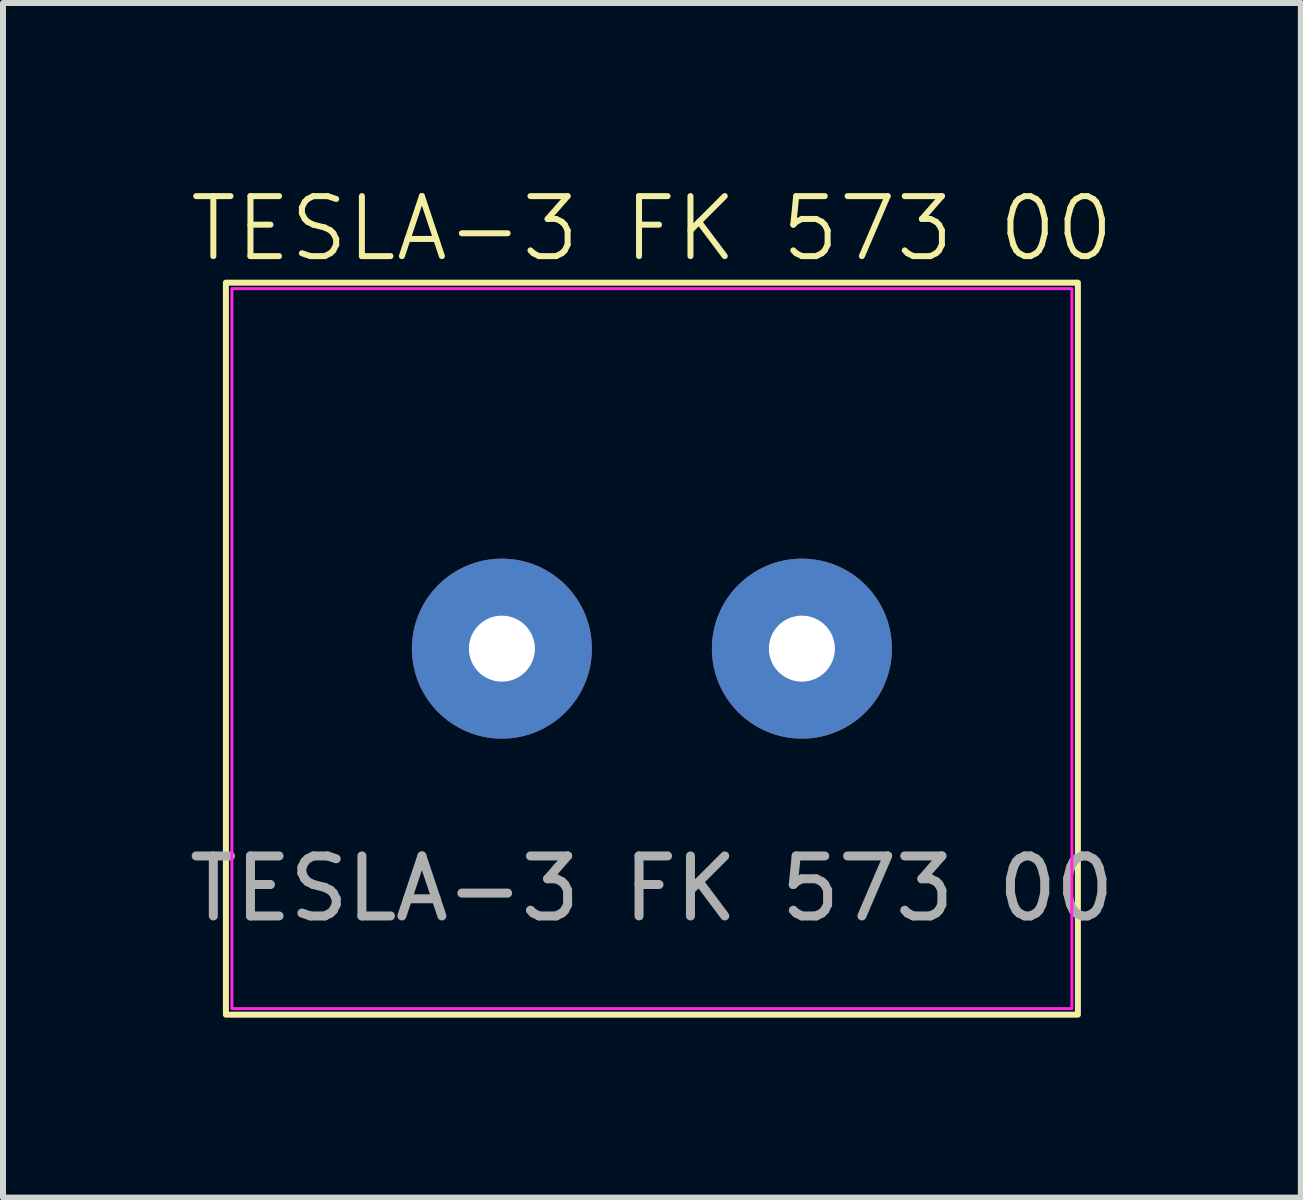
<source format=kicad_pcb>
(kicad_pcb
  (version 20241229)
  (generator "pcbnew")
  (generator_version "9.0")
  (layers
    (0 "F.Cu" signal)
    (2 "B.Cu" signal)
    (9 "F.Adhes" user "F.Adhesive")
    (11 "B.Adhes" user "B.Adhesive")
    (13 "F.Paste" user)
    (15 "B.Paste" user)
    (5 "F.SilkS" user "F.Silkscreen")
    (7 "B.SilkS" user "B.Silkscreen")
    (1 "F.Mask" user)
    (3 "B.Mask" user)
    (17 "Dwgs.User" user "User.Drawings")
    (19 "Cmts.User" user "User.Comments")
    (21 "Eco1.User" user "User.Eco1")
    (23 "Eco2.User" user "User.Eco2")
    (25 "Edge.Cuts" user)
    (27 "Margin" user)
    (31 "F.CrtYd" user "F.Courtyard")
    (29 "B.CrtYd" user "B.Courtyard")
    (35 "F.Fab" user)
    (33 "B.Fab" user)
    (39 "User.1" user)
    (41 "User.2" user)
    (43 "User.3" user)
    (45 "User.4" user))
  (footprint "TESLA-3 FK 573 00"
    (layer "F.Cu")
    (at 7.815 7.761)
    (property "Reference" "TESLA-3 FK 573 00" (at 0 -7 0) (unlocked yes) (layer "F.SilkS") (effects (font (size 1 1) (thickness 0.1))))
    (attr smd)
    (fp_rect (start -7.1 -6.1) (end 7.1 6.1) (stroke (width 0.1) (type solid)) (fill no) (layer "F.SilkS"))
    (fp_rect (start -7 -6) (end 7 6) (stroke (width 0.05) (type default)) (fill no) (layer "F.CrtYd"))
    (fp_text user "${REFERENCE}" (at 0 4 0) (unlocked yes) (layer "F.Fab") (effects (font (size 1 1) (thickness 0.15))))
    (pad "1" thru_hole circle (at -2.5 0) (size 3 3) (drill 1.1) (layers "*.Cu" "*.Mask"))
    (pad "2" thru_hole circle (at 2.5 0) (size 3 3) (drill 1.1) (layers "*.Cu" "*.Mask")))
  (gr_rect
    (start -3 -3)
    (end 18.631 16.91)
    (stroke (width 0.1) (type default))
    (fill no)
    (layer "Edge.Cuts")))
</source>
